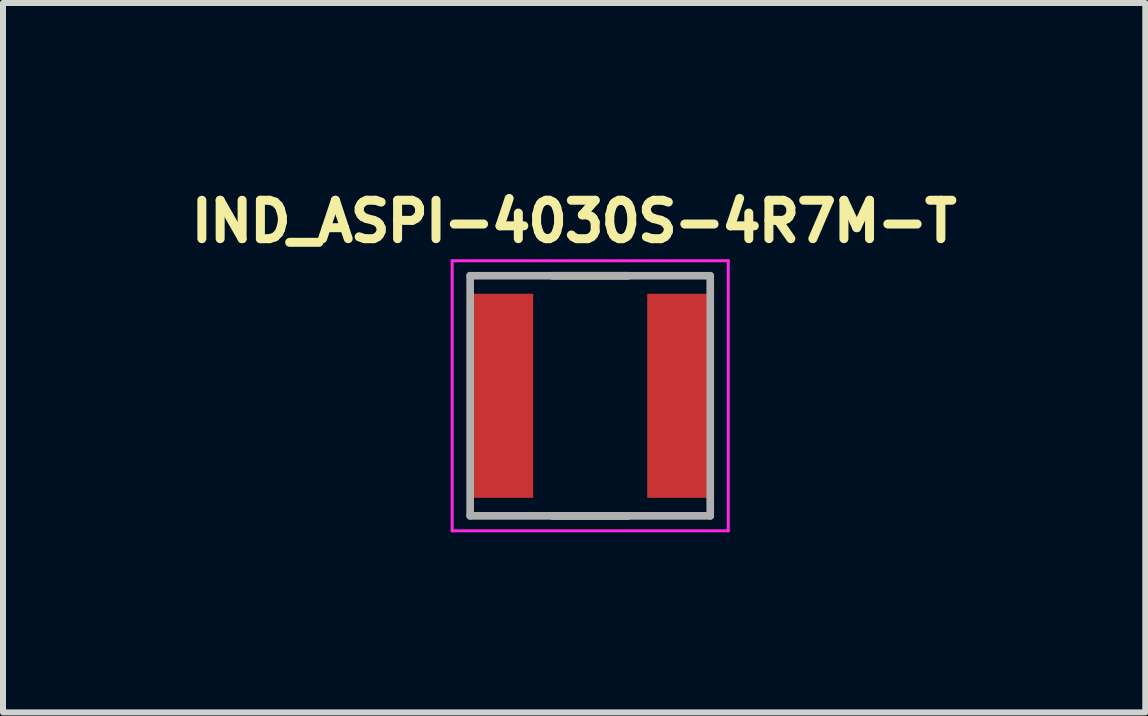
<source format=kicad_pcb>
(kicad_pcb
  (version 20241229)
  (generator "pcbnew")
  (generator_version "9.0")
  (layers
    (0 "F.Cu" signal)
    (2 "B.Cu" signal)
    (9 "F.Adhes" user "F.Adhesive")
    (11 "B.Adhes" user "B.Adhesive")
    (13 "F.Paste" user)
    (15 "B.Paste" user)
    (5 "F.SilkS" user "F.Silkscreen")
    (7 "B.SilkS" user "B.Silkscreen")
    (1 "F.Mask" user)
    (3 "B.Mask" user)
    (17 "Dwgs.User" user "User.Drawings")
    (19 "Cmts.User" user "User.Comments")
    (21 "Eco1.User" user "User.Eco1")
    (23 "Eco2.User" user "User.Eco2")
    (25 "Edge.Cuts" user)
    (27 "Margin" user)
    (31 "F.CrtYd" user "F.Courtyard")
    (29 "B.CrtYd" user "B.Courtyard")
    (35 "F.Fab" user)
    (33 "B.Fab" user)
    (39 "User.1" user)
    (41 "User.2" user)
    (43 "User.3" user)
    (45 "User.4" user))
  (footprint "IND_ASPI-4030S-4R7M-T"
    (layer "F.Cu")
    (at 6.783 3.544)
    (property "Reference" "IND_ASPI-4030S-4R7M-T" (at -0.268 -2.906 0) (layer "F.SilkS") (effects (font (size 0.64 0.64) (thickness 0.15))))
    (attr smd)
    (fp_line (start -0.63 -2) (end 0.63 -2) (stroke (width 0.127) (type solid)) (layer "F.SilkS"))
    (fp_line (start -0.63 2) (end 0.63 2) (stroke (width 0.127) (type solid)) (layer "F.SilkS"))
    (fp_line (start -2.3 -2.25) (end -2.3 2.25) (stroke (width 0.05) (type solid)) (layer "F.CrtYd"))
    (fp_line (start -2.3 2.25) (end 2.3 2.25) (stroke (width 0.05) (type solid)) (layer "F.CrtYd"))
    (fp_line (start 2.3 -2.25) (end -2.3 -2.25) (stroke (width 0.05) (type solid)) (layer "F.CrtYd"))
    (fp_line (start 2.3 2.25) (end 2.3 -2.25) (stroke (width 0.05) (type solid)) (layer "F.CrtYd"))
    (fp_line (start -2 -2) (end -2 2) (stroke (width 0.127) (type solid)) (layer "F.Fab"))
    (fp_line (start -2 -2) (end 2 -2) (stroke (width 0.127) (type solid)) (layer "F.Fab"))
    (fp_line (start -2 2) (end 2 2) (stroke (width 0.127) (type solid)) (layer "F.Fab"))
    (fp_line (start 2 -2) (end 2 2) (stroke (width 0.127) (type solid)) (layer "F.Fab"))
    (pad "1" smd rect (at -1.5 0) (size 1.1 3.4) (layers "F.Cu" "F.Mask" "F.Paste"))
    (pad "2" smd rect (at 1.5 0) (size 1.1 3.4) (layers "F.Cu" "F.Mask" "F.Paste")))
  (gr_rect
    (start -3 -3)
    (end 16.031 8.819)
    (stroke (width 0.1) (type default))
    (fill no)
    (layer "Edge.Cuts")))
</source>
